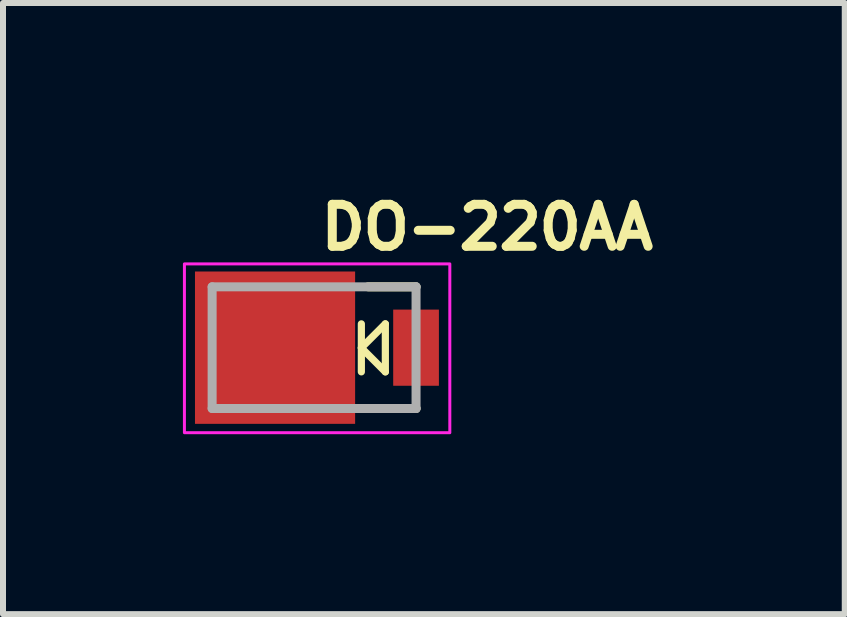
<source format=kicad_pcb>
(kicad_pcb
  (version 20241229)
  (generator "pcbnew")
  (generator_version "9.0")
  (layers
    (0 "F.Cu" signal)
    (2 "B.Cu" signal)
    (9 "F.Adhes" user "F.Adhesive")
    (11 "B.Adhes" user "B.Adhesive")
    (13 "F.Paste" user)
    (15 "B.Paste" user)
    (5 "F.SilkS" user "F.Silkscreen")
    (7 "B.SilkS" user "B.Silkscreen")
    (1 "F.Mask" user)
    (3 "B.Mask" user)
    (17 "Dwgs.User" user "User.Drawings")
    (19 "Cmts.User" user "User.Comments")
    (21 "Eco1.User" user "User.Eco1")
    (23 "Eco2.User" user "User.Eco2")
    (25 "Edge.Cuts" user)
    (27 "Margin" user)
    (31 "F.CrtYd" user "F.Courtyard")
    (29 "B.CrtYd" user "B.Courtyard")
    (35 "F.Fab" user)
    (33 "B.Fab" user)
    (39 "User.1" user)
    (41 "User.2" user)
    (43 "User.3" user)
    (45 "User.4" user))
  (footprint "DO-220AA"
    (layer "F.Cu")
    (at 2.225 2.75)
    (property "Reference" "DO-220AA" (at 0 -1.6 0) (layer "F.SilkS") (effects (font (size 0.7 0.7) (thickness 0.15)) (justify left bottom)))
    (attr smd)
    (fp_line (start 0.75 -0.4) (end 0.75 0.4) (stroke (width 0.12) (type solid)) (layer "F.SilkS"))
    (fp_line (start 0.75 0) (end 1.15 -0.4) (stroke (width 0.12) (type solid)) (layer "F.SilkS"))
    (fp_line (start 0.862 -1.018) (end 1.662 -1.018) (stroke (width 0.15) (type solid)) (layer "F.SilkS"))
    (fp_line (start 0.862 1.011) (end 1.662 1.011) (stroke (width 0.15) (type solid)) (layer "F.SilkS"))
    (fp_line (start 1.15 -0.4) (end 1.15 0.4) (stroke (width 0.12) (type solid)) (layer "F.SilkS"))
    (fp_line (start 1.15 0.4) (end 0.75 0) (stroke (width 0.12) (type solid)) (layer "F.SilkS"))
    (fp_rect (start -2.2 -1.4) (end 2.225 1.415) (stroke (width 0.05) (type solid)) (fill no) (layer "F.CrtYd"))
    (fp_line (start -1.738 -1.018) (end 1.662 -1.018) (stroke (width 0.15) (type solid)) (layer "F.Fab"))
    (fp_line (start -1.738 1.011) (end -1.738 -1.018) (stroke (width 0.15) (type solid)) (layer "F.Fab"))
    (fp_line (start 1.662 -1.018) (end 1.662 1.011) (stroke (width 0.15) (type solid)) (layer "F.Fab"))
    (fp_line (start 1.662 1.011) (end -1.738 1.011) (stroke (width 0.15) (type solid)) (layer "F.Fab"))
    (fp_rect (start -1.926 -1.016) (end 1.925 1.015) (stroke (width 0.1) (type solid)) (fill no) (layer "User.5"))
    (fp_line (start -1.926 -0.601) (end -1.926 0.598) (stroke (width 0.02) (type solid)) (layer "User.9"))
    (fp_line (start -1.926 0.598) (end -1.758 0.598) (stroke (width 0.02) (type solid)) (layer "User.9"))
    (fp_line (start -1.776 -1.016) (end -1.486 -1.016) (stroke (width 0.02) (type solid)) (layer "User.9"))
    (fp_line (start -1.776 -0.601) (end -1.776 -1.016) (stroke (width 0.02) (type solid)) (layer "User.9"))
    (fp_line (start -1.776 1.015) (end -1.776 0.598) (stroke (width 0.02) (type solid)) (layer "User.9"))
    (fp_line (start -1.758 -0.601) (end -1.926 -0.601) (stroke (width 0.02) (type solid)) (layer "User.9"))
    (fp_line (start -1.758 -0.601) (end -1.758 0.598) (stroke (width 0.02) (type solid)) (layer "User.9"))
    (fp_line (start -1.688 -0.929) (end -1.776 -1.016) (stroke (width 0.02) (type solid)) (layer "User.9"))
    (fp_line (start -1.688 -0.929) (end 1.586 -0.929) (stroke (width 0.02) (type solid)) (layer "User.9"))
    (fp_line (start -1.688 0.927) (end -1.776 1.015) (stroke (width 0.02) (type solid)) (layer "User.9"))
    (fp_line (start -1.688 0.927) (end -1.688 -0.929) (stroke (width 0.02) (type solid)) (layer "User.9"))
    (fp_line (start -1.486 -1.016) (end -1.486 -0.998) (stroke (width 0.02) (type solid)) (layer "User.9"))
    (fp_line (start -1.486 0.996) (end -1.486 1.015) (stroke (width 0.02) (type solid)) (layer "User.9"))
    (fp_line (start -1.486 0.996) (end 0.524 0.996) (stroke (width 0.02) (type solid)) (layer "User.9"))
    (fp_line (start -1.486 1.015) (end -1.776 1.015) (stroke (width 0.02) (type solid)) (layer "User.9"))
    (fp_line (start -1.486 1.015) (end 0.524 1.015) (stroke (width 0.02) (type solid)) (layer "User.9"))
    (fp_line (start 0.524 -1.016) (end -1.486 -1.016) (stroke (width 0.02) (type solid)) (layer "User.9"))
    (fp_line (start 0.524 -1.016) (end 1.675 -1.016) (stroke (width 0.02) (type solid)) (layer "User.9"))
    (fp_line (start 0.524 -0.998) (end -1.486 -0.998) (stroke (width 0.02) (type solid)) (layer "User.9"))
    (fp_line (start 0.524 -0.998) (end 0.524 -1.016) (stroke (width 0.02) (type solid)) (layer "User.9"))
    (fp_line (start 0.524 1.015) (end 0.524 0.996) (stroke (width 0.02) (type solid)) (layer "User.9"))
    (fp_line (start 1.586 -0.929) (end 1.586 0.927) (stroke (width 0.02) (type solid)) (layer "User.9"))
    (fp_line (start 1.586 -0.929) (end 1.675 -1.016) (stroke (width 0.02) (type solid)) (layer "User.9"))
    (fp_line (start 1.586 0.927) (end -1.688 0.927) (stroke (width 0.02) (type solid)) (layer "User.9"))
    (fp_line (start 1.586 0.927) (end 1.675 1.015) (stroke (width 0.02) (type solid)) (layer "User.9"))
    (fp_line (start 1.656 -0.381) (end 1.925 -0.381) (stroke (width 0.02) (type solid)) (layer "User.9"))
    (fp_line (start 1.656 0.378) (end 1.656 -0.381) (stroke (width 0.02) (type solid)) (layer "User.9"))
    (fp_line (start 1.675 -1.016) (end 1.675 -0.381) (stroke (width 0.02) (type solid)) (layer "User.9"))
    (fp_line (start 1.675 0.378) (end 1.675 1.015) (stroke (width 0.02) (type solid)) (layer "User.9"))
    (fp_line (start 1.675 1.015) (end 0.524 1.015) (stroke (width 0.02) (type solid)) (layer "User.9"))
    (fp_line (start 1.925 0.378) (end 1.656 0.378) (stroke (width 0.02) (type solid)) (layer "User.9"))
    (fp_line (start 1.925 0.378) (end 1.925 -0.381) (stroke (width 0.02) (type solid)) (layer "User.9"))
    (pad "1" smd rect (at -0.689 -0.003 90) (size 2.54 2.67) (layers "F.Cu" "F.Mask" "F.Paste"))
    (pad "2" smd rect (at 1.662 -0.003) (size 0.762 1.27) (layers "F.Cu" "F.Mask" "F.Paste")))
  (gr_rect
    (start -3 -3)
    (end 11.035 7.19)
    (stroke (width 0.1) (type default))
    (fill no)
    (layer "Edge.Cuts")))
</source>
